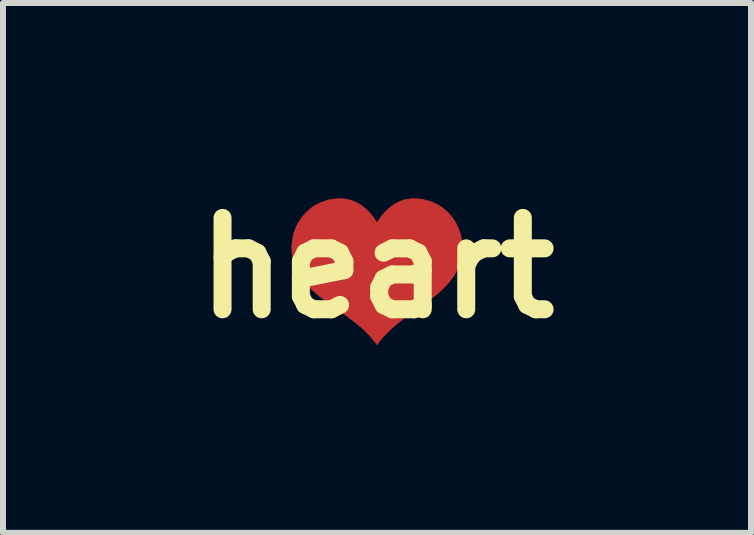
<source format=kicad_pcb>
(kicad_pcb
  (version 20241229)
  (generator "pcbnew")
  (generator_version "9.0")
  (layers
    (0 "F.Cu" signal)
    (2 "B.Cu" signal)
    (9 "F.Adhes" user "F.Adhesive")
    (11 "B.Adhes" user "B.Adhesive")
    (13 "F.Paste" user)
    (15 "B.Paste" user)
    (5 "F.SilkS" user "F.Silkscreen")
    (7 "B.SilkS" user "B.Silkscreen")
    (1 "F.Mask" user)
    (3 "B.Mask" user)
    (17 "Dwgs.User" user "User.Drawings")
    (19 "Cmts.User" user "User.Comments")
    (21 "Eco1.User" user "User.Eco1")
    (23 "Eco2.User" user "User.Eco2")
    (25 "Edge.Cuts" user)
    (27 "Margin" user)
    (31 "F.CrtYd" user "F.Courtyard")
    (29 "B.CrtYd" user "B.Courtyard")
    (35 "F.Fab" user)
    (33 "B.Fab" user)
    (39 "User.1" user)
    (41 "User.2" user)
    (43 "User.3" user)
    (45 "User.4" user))
  (footprint "heart"
    (layer "F.Cu")
    (at 3.237 1.418)
    (property "Reference" "heart" (at 0 0 0) (layer "F.SilkS") (effects (font (size 1.524 1.524) (thickness 0.3))))
    (attr through_hole)
    (fp_poly (pts (xy -0.549 -1.151) (xy -0.49 -1.142) (xy -0.433 -1.127) (xy -0.377 -1.107) (xy -0.323 -1.08) (xy -0.273 -1.05) (xy -0.223 -1.014) (xy -0.174 -0.972) (xy -0.128 -0.926) (xy -0.085 -0.876) (xy -0.045 -0.822) (xy -0.021 -0.785) (xy 0 -0.75) (xy 0.01 -0.768) (xy 0.034 -0.806) (xy 0.062 -0.846) (xy 0.093 -0.886) (xy 0.127 -0.925) (xy 0.162 -0.961) (xy 0.198 -0.994) (xy 0.209 -1.003) (xy 0.252 -1.037) (xy 0.299 -1.067) (xy 0.348 -1.094) (xy 0.398 -1.116) (xy 0.448 -1.132) (xy 0.46 -1.136) (xy 0.514 -1.147) (xy 0.571 -1.153) (xy 0.631 -1.155) (xy 0.692 -1.151) (xy 0.753 -1.143) (xy 0.814 -1.131) (xy 0.874 -1.114) (xy 0.92 -1.097) (xy 0.983 -1.069) (xy 1.043 -1.035) (xy 1.1 -0.996) (xy 1.153 -0.952) (xy 1.202 -0.904) (xy 1.247 -0.851) (xy 1.287 -0.795) (xy 1.322 -0.735) (xy 1.353 -0.671) (xy 1.377 -0.606) (xy 1.394 -0.548) (xy 1.407 -0.491) (xy 1.415 -0.433) (xy 1.419 -0.373) (xy 1.42 -0.337) (xy 1.417 -0.265) (xy 1.409 -0.195) (xy 1.395 -0.127) (xy 1.375 -0.06) (xy 1.349 0.005) (xy 1.318 0.069) (xy 1.28 0.132) (xy 1.236 0.193) (xy 1.186 0.255) (xy 1.135 0.311) (xy 1.1 0.345) (xy 1.065 0.379) (xy 1.027 0.413) (xy 0.986 0.448) (xy 0.941 0.484) (xy 0.892 0.522) (xy 0.867 0.541) (xy 0.853 0.552) (xy 0.84 0.562) (xy 0.826 0.572) (xy 0.812 0.582) (xy 0.798 0.593) (xy 0.781 0.605) (xy 0.763 0.618) (xy 0.743 0.632) (xy 0.72 0.649) (xy 0.694 0.667) (xy 0.665 0.688) (xy 0.632 0.712) (xy 0.594 0.739) (xy 0.564 0.76) (xy 0.507 0.801) (xy 0.455 0.839) (xy 0.407 0.874) (xy 0.364 0.908) (xy 0.323 0.941) (xy 0.286 0.972) (xy 0.25 1.003) (xy 0.217 1.034) (xy 0.184 1.065) (xy 0.152 1.097) (xy 0.133 1.117) (xy 0.106 1.146) (xy 0.08 1.176) (xy 0.056 1.205) (xy 0.035 1.232) (xy 0.018 1.256) (xy 0.017 1.257) (xy 0.01 1.267) (xy 0.005 1.275) (xy 0.001 1.279) (xy 0.000362 1.279) (xy -0.002 1.276) (xy -0.008 1.27) (xy -0.016 1.26) (xy -0.025 1.248) (xy -0.027 1.245) (xy -0.058 1.204) (xy -0.092 1.163) (xy -0.128 1.123) (xy -0.167 1.082) (xy -0.209 1.041) (xy -0.255 1) (xy -0.305 0.957) (xy -0.359 0.913) (xy -0.418 0.867) (xy -0.481 0.819) (xy -0.551 0.769) (xy -0.56 0.763) (xy -0.61 0.727) (xy -0.656 0.695) (xy -0.697 0.665) (xy -0.734 0.639) (xy -0.768 0.615) (xy -0.797 0.594) (xy -0.824 0.574) (xy -0.848 0.557) (xy -0.869 0.541) (xy -0.888 0.527) (xy -0.906 0.513) (xy -0.922 0.501) (xy -0.937 0.489) (xy -0.952 0.477) (xy -0.966 0.466) (xy -0.98 0.454) (xy -0.981 0.454) (xy -1.046 0.398) (xy -1.105 0.343) (xy -1.158 0.288) (xy -1.206 0.234) (xy -1.248 0.18) (xy -1.285 0.126) (xy -1.318 0.071) (xy -1.345 0.015) (xy -1.361 -0.022) (xy -1.384 -0.089) (xy -1.402 -0.157) (xy -1.414 -0.227) (xy -1.42 -0.298) (xy -1.421 -0.369) (xy -1.415 -0.44) (xy -1.404 -0.509) (xy -1.388 -0.576) (xy -1.383 -0.591) (xy -1.358 -0.66) (xy -1.328 -0.725) (xy -1.293 -0.786) (xy -1.252 -0.844) (xy -1.206 -0.899) (xy -1.171 -0.936) (xy -1.118 -0.982) (xy -1.063 -1.023) (xy -1.005 -1.058) (xy -0.944 -1.088) (xy -0.879 -1.112) (xy -0.812 -1.132) (xy -0.74 -1.145) (xy -0.74 -1.145) (xy -0.674 -1.153) (xy -0.61 -1.155) (xy -0.549 -1.151)) (stroke (width 0.01) (type solid)) (fill yes) (layer "F.Cu"))
    (fp_poly (pts (xy -0.549 -1.151) (xy -0.49 -1.142) (xy -0.433 -1.127) (xy -0.377 -1.107) (xy -0.323 -1.08) (xy -0.273 -1.05) (xy -0.223 -1.014) (xy -0.174 -0.972) (xy -0.128 -0.926) (xy -0.085 -0.876) (xy -0.045 -0.822) (xy -0.021 -0.785) (xy 0 -0.75) (xy 0.01 -0.768) (xy 0.034 -0.806) (xy 0.062 -0.846) (xy 0.093 -0.886) (xy 0.127 -0.925) (xy 0.162 -0.961) (xy 0.198 -0.994) (xy 0.209 -1.003) (xy 0.252 -1.037) (xy 0.299 -1.067) (xy 0.348 -1.094) (xy 0.398 -1.116) (xy 0.448 -1.132) (xy 0.46 -1.136) (xy 0.514 -1.147) (xy 0.571 -1.153) (xy 0.631 -1.155) (xy 0.692 -1.151) (xy 0.753 -1.143) (xy 0.814 -1.131) (xy 0.874 -1.114) (xy 0.92 -1.097) (xy 0.983 -1.069) (xy 1.043 -1.035) (xy 1.1 -0.996) (xy 1.153 -0.952) (xy 1.202 -0.904) (xy 1.247 -0.851) (xy 1.287 -0.795) (xy 1.322 -0.735) (xy 1.353 -0.671) (xy 1.377 -0.606) (xy 1.394 -0.548) (xy 1.407 -0.491) (xy 1.415 -0.433) (xy 1.419 -0.373) (xy 1.42 -0.337) (xy 1.417 -0.265) (xy 1.409 -0.195) (xy 1.395 -0.127) (xy 1.375 -0.06) (xy 1.349 0.005) (xy 1.318 0.069) (xy 1.28 0.132) (xy 1.236 0.193) (xy 1.186 0.255) (xy 1.135 0.311) (xy 1.1 0.345) (xy 1.065 0.379) (xy 1.027 0.413) (xy 0.986 0.448) (xy 0.941 0.484) (xy 0.892 0.522) (xy 0.867 0.541) (xy 0.853 0.552) (xy 0.84 0.562) (xy 0.826 0.572) (xy 0.812 0.582) (xy 0.798 0.593) (xy 0.781 0.605) (xy 0.763 0.618) (xy 0.743 0.632) (xy 0.72 0.649) (xy 0.694 0.667) (xy 0.665 0.688) (xy 0.632 0.712) (xy 0.594 0.739) (xy 0.564 0.76) (xy 0.507 0.801) (xy 0.455 0.839) (xy 0.407 0.874) (xy 0.364 0.908) (xy 0.323 0.941) (xy 0.286 0.972) (xy 0.25 1.003) (xy 0.217 1.034) (xy 0.184 1.065) (xy 0.152 1.097) (xy 0.133 1.117) (xy 0.106 1.146) (xy 0.08 1.176) (xy 0.056 1.205) (xy 0.035 1.232) (xy 0.018 1.256) (xy 0.017 1.257) (xy 0.01 1.267) (xy 0.005 1.275) (xy 0.001 1.279) (xy 0.000362 1.279) (xy -0.002 1.276) (xy -0.008 1.27) (xy -0.016 1.26) (xy -0.025 1.248) (xy -0.027 1.245) (xy -0.058 1.204) (xy -0.092 1.163) (xy -0.128 1.123) (xy -0.167 1.082) (xy -0.209 1.041) (xy -0.255 1) (xy -0.305 0.957) (xy -0.359 0.913) (xy -0.418 0.867) (xy -0.481 0.819) (xy -0.551 0.769) (xy -0.56 0.763) (xy -0.61 0.727) (xy -0.656 0.695) (xy -0.697 0.665) (xy -0.734 0.639) (xy -0.768 0.615) (xy -0.797 0.594) (xy -0.824 0.574) (xy -0.848 0.557) (xy -0.869 0.541) (xy -0.888 0.527) (xy -0.906 0.513) (xy -0.922 0.501) (xy -0.937 0.489) (xy -0.952 0.477) (xy -0.966 0.466) (xy -0.98 0.454) (xy -0.981 0.454) (xy -1.046 0.398) (xy -1.105 0.343) (xy -1.158 0.288) (xy -1.206 0.234) (xy -1.248 0.18) (xy -1.285 0.126) (xy -1.318 0.071) (xy -1.345 0.015) (xy -1.361 -0.022) (xy -1.384 -0.089) (xy -1.402 -0.157) (xy -1.414 -0.227) (xy -1.42 -0.298) (xy -1.421 -0.369) (xy -1.415 -0.44) (xy -1.404 -0.509) (xy -1.388 -0.576) (xy -1.383 -0.591) (xy -1.358 -0.66) (xy -1.328 -0.725) (xy -1.293 -0.786) (xy -1.252 -0.844) (xy -1.206 -0.899) (xy -1.171 -0.936) (xy -1.118 -0.982) (xy -1.063 -1.023) (xy -1.005 -1.058) (xy -0.944 -1.088) (xy -0.879 -1.112) (xy -0.812 -1.132) (xy -0.74 -1.145) (xy -0.74 -1.145) (xy -0.674 -1.153) (xy -0.61 -1.155) (xy -0.549 -1.151)) (stroke (width 0.01) (type solid)) (fill yes) (layer "F.Mask"))
    (fp_poly (pts (xy -0.549 -1.151) (xy -0.49 -1.142) (xy -0.433 -1.127) (xy -0.377 -1.107) (xy -0.323 -1.08) (xy -0.273 -1.05) (xy -0.223 -1.014) (xy -0.174 -0.972) (xy -0.128 -0.926) (xy -0.085 -0.876) (xy -0.045 -0.822) (xy -0.021 -0.785) (xy 0 -0.75) (xy 0.01 -0.768) (xy 0.034 -0.806) (xy 0.062 -0.846) (xy 0.093 -0.886) (xy 0.127 -0.925) (xy 0.162 -0.961) (xy 0.198 -0.994) (xy 0.209 -1.003) (xy 0.252 -1.037) (xy 0.299 -1.067) (xy 0.348 -1.094) (xy 0.398 -1.116) (xy 0.448 -1.132) (xy 0.46 -1.136) (xy 0.514 -1.147) (xy 0.571 -1.153) (xy 0.631 -1.155) (xy 0.692 -1.151) (xy 0.753 -1.143) (xy 0.814 -1.131) (xy 0.874 -1.114) (xy 0.92 -1.097) (xy 0.983 -1.069) (xy 1.043 -1.035) (xy 1.1 -0.996) (xy 1.153 -0.952) (xy 1.202 -0.904) (xy 1.247 -0.851) (xy 1.287 -0.795) (xy 1.322 -0.735) (xy 1.353 -0.671) (xy 1.377 -0.606) (xy 1.394 -0.548) (xy 1.407 -0.491) (xy 1.415 -0.433) (xy 1.419 -0.373) (xy 1.42 -0.337) (xy 1.417 -0.265) (xy 1.409 -0.195) (xy 1.395 -0.127) (xy 1.375 -0.06) (xy 1.349 0.005) (xy 1.318 0.069) (xy 1.28 0.132) (xy 1.236 0.193) (xy 1.186 0.255) (xy 1.135 0.311) (xy 1.1 0.345) (xy 1.065 0.379) (xy 1.027 0.413) (xy 0.986 0.448) (xy 0.941 0.484) (xy 0.892 0.522) (xy 0.867 0.541) (xy 0.853 0.552) (xy 0.84 0.562) (xy 0.826 0.572) (xy 0.812 0.582) (xy 0.798 0.593) (xy 0.781 0.605) (xy 0.763 0.618) (xy 0.743 0.632) (xy 0.72 0.649) (xy 0.694 0.667) (xy 0.665 0.688) (xy 0.632 0.712) (xy 0.594 0.739) (xy 0.564 0.76) (xy 0.507 0.801) (xy 0.455 0.839) (xy 0.407 0.874) (xy 0.364 0.908) (xy 0.323 0.941) (xy 0.286 0.972) (xy 0.25 1.003) (xy 0.217 1.034) (xy 0.184 1.065) (xy 0.152 1.097) (xy 0.133 1.117) (xy 0.106 1.146) (xy 0.08 1.176) (xy 0.056 1.205) (xy 0.035 1.232) (xy 0.018 1.256) (xy 0.017 1.257) (xy 0.01 1.267) (xy 0.005 1.275) (xy 0.001 1.279) (xy 0.000362 1.279) (xy -0.002 1.276) (xy -0.008 1.27) (xy -0.016 1.26) (xy -0.025 1.248) (xy -0.027 1.245) (xy -0.058 1.204) (xy -0.092 1.163) (xy -0.128 1.123) (xy -0.167 1.082) (xy -0.209 1.041) (xy -0.255 1) (xy -0.305 0.957) (xy -0.359 0.913) (xy -0.418 0.867) (xy -0.481 0.819) (xy -0.551 0.769) (xy -0.56 0.763) (xy -0.61 0.727) (xy -0.656 0.695) (xy -0.697 0.665) (xy -0.734 0.639) (xy -0.768 0.615) (xy -0.797 0.594) (xy -0.824 0.574) (xy -0.848 0.557) (xy -0.869 0.541) (xy -0.888 0.527) (xy -0.906 0.513) (xy -0.922 0.501) (xy -0.937 0.489) (xy -0.952 0.477) (xy -0.966 0.466) (xy -0.98 0.454) (xy -0.981 0.454) (xy -1.046 0.398) (xy -1.105 0.343) (xy -1.158 0.288) (xy -1.206 0.234) (xy -1.248 0.18) (xy -1.285 0.126) (xy -1.318 0.071) (xy -1.345 0.015) (xy -1.361 -0.022) (xy -1.384 -0.089) (xy -1.402 -0.157) (xy -1.414 -0.227) (xy -1.42 -0.298) (xy -1.421 -0.369) (xy -1.415 -0.44) (xy -1.404 -0.509) (xy -1.388 -0.576) (xy -1.383 -0.591) (xy -1.358 -0.66) (xy -1.328 -0.725) (xy -1.293 -0.786) (xy -1.252 -0.844) (xy -1.206 -0.899) (xy -1.171 -0.936) (xy -1.118 -0.982) (xy -1.063 -1.023) (xy -1.005 -1.058) (xy -0.944 -1.088) (xy -0.879 -1.112) (xy -0.812 -1.132) (xy -0.74 -1.145) (xy -0.74 -1.145) (xy -0.674 -1.153) (xy -0.61 -1.155) (xy -0.549 -1.151)) (stroke (width 0.01) (type solid)) (fill yes) (layer "F.Mask")))
  (gr_rect
    (start -3 -3)
    (end 9.473 5.836)
    (stroke (width 0.1) (type default))
    (fill no)
    (layer "Edge.Cuts")))
</source>
